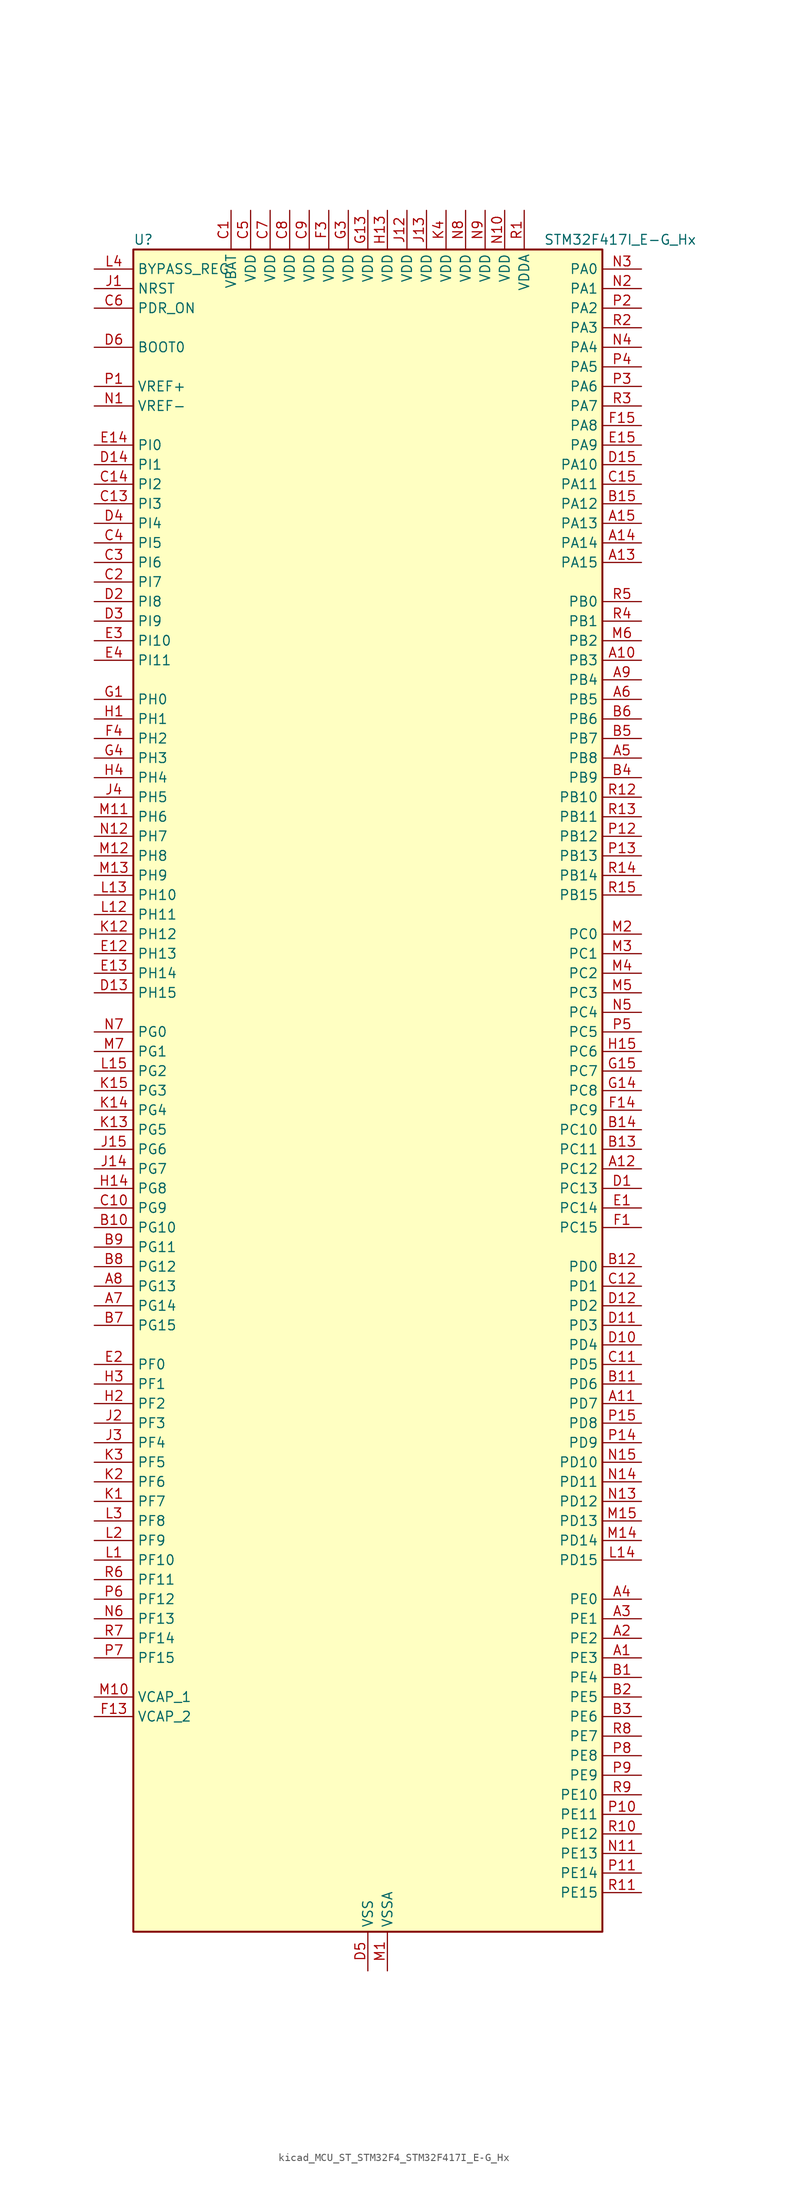
<source format=kicad_sym>
(kicad_symbol_lib
  (version 20220914)
  (generator kicad_symbol_editor)
  (symbol "kicad_MCU_ST_STM32F4_STM32F417I_E-G_Hx"
    (property "Reference" "U"
      (at -30.48 110.49 0)
      (effects (font (size 1.27 1.27)) (justify left)))
    (property "Value" "STM32F417I_E-G_Hx"
      (at 22.86 110.49 0)
      (effects (font (size 1.27 1.27)) (justify left)))
    (property "ki_locked" ""
      (at 0 0 0)
      (effects (font (size 1.27 1.27))))
    (symbol "kicad_MCU_ST_STM32F4_STM32F417I_E-G_Hx_0_1"
      (rectangle (start -30.48 -109.22) (end 30.48 109.22) (stroke (width 0.254) (type default)) (fill (type background))))
    (symbol "kicad_MCU_ST_STM32F4_STM32F417I_E-G_Hx_1_1"
      (pin bidirectional line (at 35.56 -73.66 180) (length 5.08) (name "PE3" (effects (font (size 1.27 1.27)))) (number "A1" (effects (font (size 1.27 1.27)))) (alternate "FSMC_A19" bidirectional line) (alternate "SYS_TRACED0" bidirectional line))
      (pin bidirectional line (at 35.56 55.88 180) (length 5.08) (name "PB3" (effects (font (size 1.27 1.27)))) (number "A10" (effects (font (size 1.27 1.27)))) (alternate "I2S3_CK" bidirectional line) (alternate "SPI1_SCK" bidirectional line) (alternate "SPI3_SCK" bidirectional line) (alternate "SYS_JTDO-SWO" bidirectional line) (alternate "TIM2_CH2" bidirectional line))
      (pin bidirectional line (at 35.56 -40.64 180) (length 5.08) (name "PD7" (effects (font (size 1.27 1.27)))) (number "A11" (effects (font (size 1.27 1.27)))) (alternate "FSMC_NCE2" bidirectional line) (alternate "FSMC_NE1" bidirectional line) (alternate "USART2_CK" bidirectional line))
      (pin bidirectional line (at 35.56 -10.16 180) (length 5.08) (name "PC12" (effects (font (size 1.27 1.27)))) (number "A12" (effects (font (size 1.27 1.27)))) (alternate "DCMI_D9" bidirectional line) (alternate "I2S3_SD" bidirectional line) (alternate "SDIO_CK" bidirectional line) (alternate "SPI3_MOSI" bidirectional line) (alternate "UART5_TX" bidirectional line) (alternate "USART3_CK" bidirectional line))
      (pin bidirectional line (at 35.56 68.58 180) (length 5.08) (name "PA15" (effects (font (size 1.27 1.27)))) (number "A13" (effects (font (size 1.27 1.27)))) (alternate "ADC1_EXTI15" bidirectional line) (alternate "ADC2_EXTI15" bidirectional line) (alternate "ADC3_EXTI15" bidirectional line) (alternate "I2S3_WS" bidirectional line) (alternate "SPI1_NSS" bidirectional line) (alternate "SPI3_NSS" bidirectional line) (alternate "SYS_JTDI" bidirectional line) (alternate "TIM2_CH1" bidirectional line) (alternate "TIM2_ETR" bidirectional line))
      (pin bidirectional line (at 35.56 71.12 180) (length 5.08) (name "PA14" (effects (font (size 1.27 1.27)))) (number "A14" (effects (font (size 1.27 1.27)))) (alternate "SYS_JTCK-SWCLK" bidirectional line))
      (pin bidirectional line (at 35.56 73.66 180) (length 5.08) (name "PA13" (effects (font (size 1.27 1.27)))) (number "A15" (effects (font (size 1.27 1.27)))) (alternate "SYS_JTMS-SWDIO" bidirectional line))
      (pin bidirectional line (at 35.56 -71.12 180) (length 5.08) (name "PE2" (effects (font (size 1.27 1.27)))) (number "A2" (effects (font (size 1.27 1.27)))) (alternate "ETH_TXD3" bidirectional line) (alternate "FSMC_A23" bidirectional line) (alternate "SYS_TRACECLK" bidirectional line))
      (pin bidirectional line (at 35.56 -68.58 180) (length 5.08) (name "PE1" (effects (font (size 1.27 1.27)))) (number "A3" (effects (font (size 1.27 1.27)))) (alternate "DCMI_D3" bidirectional line) (alternate "FSMC_NBL1" bidirectional line))
      (pin bidirectional line (at 35.56 -66.04 180) (length 5.08) (name "PE0" (effects (font (size 1.27 1.27)))) (number "A4" (effects (font (size 1.27 1.27)))) (alternate "DCMI_D2" bidirectional line) (alternate "FSMC_NBL0" bidirectional line) (alternate "TIM4_ETR" bidirectional line))
      (pin bidirectional line (at 35.56 43.18 180) (length 5.08) (name "PB8" (effects (font (size 1.27 1.27)))) (number "A5" (effects (font (size 1.27 1.27)))) (alternate "CAN1_RX" bidirectional line) (alternate "DCMI_D6" bidirectional line) (alternate "ETH_TXD3" bidirectional line) (alternate "I2C1_SCL" bidirectional line) (alternate "SDIO_D4" bidirectional line) (alternate "TIM10_CH1" bidirectional line) (alternate "TIM4_CH3" bidirectional line))
      (pin bidirectional line (at 35.56 50.8 180) (length 5.08) (name "PB5" (effects (font (size 1.27 1.27)))) (number "A6" (effects (font (size 1.27 1.27)))) (alternate "CAN2_RX" bidirectional line) (alternate "DCMI_D10" bidirectional line) (alternate "ETH_PPS_OUT" bidirectional line) (alternate "I2C1_SMBA" bidirectional line) (alternate "I2S3_SD" bidirectional line) (alternate "SPI1_MOSI" bidirectional line) (alternate "SPI3_MOSI" bidirectional line) (alternate "TIM3_CH2" bidirectional line) (alternate "USB_OTG_HS_ULPI_D7" bidirectional line))
      (pin bidirectional line (at -35.56 -27.94 0) (length 5.08) (name "PG14" (effects (font (size 1.27 1.27)))) (number "A7" (effects (font (size 1.27 1.27)))) (alternate "ETH_TXD1" bidirectional line) (alternate "FSMC_A25" bidirectional line) (alternate "USART6_TX" bidirectional line))
      (pin bidirectional line (at -35.56 -25.4 0) (length 5.08) (name "PG13" (effects (font (size 1.27 1.27)))) (number "A8" (effects (font (size 1.27 1.27)))) (alternate "ETH_TXD0" bidirectional line) (alternate "FSMC_A24" bidirectional line) (alternate "USART6_CTS" bidirectional line))
      (pin bidirectional line (at 35.56 53.34 180) (length 5.08) (name "PB4" (effects (font (size 1.27 1.27)))) (number "A9" (effects (font (size 1.27 1.27)))) (alternate "I2S3_ext_SD" bidirectional line) (alternate "SPI1_MISO" bidirectional line) (alternate "SPI3_MISO" bidirectional line) (alternate "SYS_JTRST" bidirectional line) (alternate "TIM3_CH1" bidirectional line))
      (pin bidirectional line (at 35.56 -76.2 180) (length 5.08) (name "PE4" (effects (font (size 1.27 1.27)))) (number "B1" (effects (font (size 1.27 1.27)))) (alternate "DCMI_D4" bidirectional line) (alternate "FSMC_A20" bidirectional line) (alternate "SYS_TRACED1" bidirectional line))
      (pin bidirectional line (at -35.56 -17.78 0) (length 5.08) (name "PG10" (effects (font (size 1.27 1.27)))) (number "B10" (effects (font (size 1.27 1.27)))) (alternate "FSMC_NCE4_1" bidirectional line) (alternate "FSMC_NE3" bidirectional line))
      (pin bidirectional line (at 35.56 -38.1 180) (length 5.08) (name "PD6" (effects (font (size 1.27 1.27)))) (number "B11" (effects (font (size 1.27 1.27)))) (alternate "FSMC_NWAIT" bidirectional line) (alternate "USART2_RX" bidirectional line))
      (pin bidirectional line (at 35.56 -22.86 180) (length 5.08) (name "PD0" (effects (font (size 1.27 1.27)))) (number "B12" (effects (font (size 1.27 1.27)))) (alternate "CAN1_RX" bidirectional line) (alternate "FSMC_D2" bidirectional line) (alternate "FSMC_DA2" bidirectional line))
      (pin bidirectional line (at 35.56 -7.62 180) (length 5.08) (name "PC11" (effects (font (size 1.27 1.27)))) (number "B13" (effects (font (size 1.27 1.27)))) (alternate "ADC1_EXTI11" bidirectional line) (alternate "ADC2_EXTI11" bidirectional line) (alternate "ADC3_EXTI11" bidirectional line) (alternate "DCMI_D4" bidirectional line) (alternate "I2S3_ext_SD" bidirectional line) (alternate "SDIO_D3" bidirectional line) (alternate "SPI3_MISO" bidirectional line) (alternate "UART4_RX" bidirectional line) (alternate "USART3_RX" bidirectional line))
      (pin bidirectional line (at 35.56 -5.08 180) (length 5.08) (name "PC10" (effects (font (size 1.27 1.27)))) (number "B14" (effects (font (size 1.27 1.27)))) (alternate "DCMI_D8" bidirectional line) (alternate "I2S3_CK" bidirectional line) (alternate "SDIO_D2" bidirectional line) (alternate "SPI3_SCK" bidirectional line) (alternate "UART4_TX" bidirectional line) (alternate "USART3_TX" bidirectional line))
      (pin bidirectional line (at 35.56 76.2 180) (length 5.08) (name "PA12" (effects (font (size 1.27 1.27)))) (number "B15" (effects (font (size 1.27 1.27)))) (alternate "CAN1_TX" bidirectional line) (alternate "TIM1_ETR" bidirectional line) (alternate "USART1_RTS" bidirectional line) (alternate "USB_OTG_FS_DP" bidirectional line))
      (pin bidirectional line (at 35.56 -78.74 180) (length 5.08) (name "PE5" (effects (font (size 1.27 1.27)))) (number "B2" (effects (font (size 1.27 1.27)))) (alternate "DCMI_D6" bidirectional line) (alternate "FSMC_A21" bidirectional line) (alternate "SYS_TRACED2" bidirectional line) (alternate "TIM9_CH1" bidirectional line))
      (pin bidirectional line (at 35.56 -81.28 180) (length 5.08) (name "PE6" (effects (font (size 1.27 1.27)))) (number "B3" (effects (font (size 1.27 1.27)))) (alternate "DCMI_D7" bidirectional line) (alternate "FSMC_A22" bidirectional line) (alternate "SYS_TRACED3" bidirectional line) (alternate "TIM9_CH2" bidirectional line))
      (pin bidirectional line (at 35.56 40.64 180) (length 5.08) (name "PB9" (effects (font (size 1.27 1.27)))) (number "B4" (effects (font (size 1.27 1.27)))) (alternate "CAN1_TX" bidirectional line) (alternate "DAC_EXTI9" bidirectional line) (alternate "DCMI_D7" bidirectional line) (alternate "I2C1_SDA" bidirectional line) (alternate "I2S2_WS" bidirectional line) (alternate "SDIO_D5" bidirectional line) (alternate "SPI2_NSS" bidirectional line) (alternate "TIM11_CH1" bidirectional line) (alternate "TIM4_CH4" bidirectional line))
      (pin bidirectional line (at 35.56 45.72 180) (length 5.08) (name "PB7" (effects (font (size 1.27 1.27)))) (number "B5" (effects (font (size 1.27 1.27)))) (alternate "DCMI_VSYNC" bidirectional line) (alternate "FSMC_NL" bidirectional line) (alternate "I2C1_SDA" bidirectional line) (alternate "TIM4_CH2" bidirectional line) (alternate "USART1_RX" bidirectional line))
      (pin bidirectional line (at 35.56 48.26 180) (length 5.08) (name "PB6" (effects (font (size 1.27 1.27)))) (number "B6" (effects (font (size 1.27 1.27)))) (alternate "CAN2_TX" bidirectional line) (alternate "DCMI_D5" bidirectional line) (alternate "I2C1_SCL" bidirectional line) (alternate "TIM4_CH1" bidirectional line) (alternate "USART1_TX" bidirectional line))
      (pin bidirectional line (at -35.56 -30.48 0) (length 5.08) (name "PG15" (effects (font (size 1.27 1.27)))) (number "B7" (effects (font (size 1.27 1.27)))) (alternate "ADC1_EXTI15" bidirectional line) (alternate "ADC2_EXTI15" bidirectional line) (alternate "ADC3_EXTI15" bidirectional line) (alternate "DCMI_D13" bidirectional line) (alternate "USART6_CTS" bidirectional line))
      (pin bidirectional line (at -35.56 -22.86 0) (length 5.08) (name "PG12" (effects (font (size 1.27 1.27)))) (number "B8" (effects (font (size 1.27 1.27)))) (alternate "FSMC_NE4" bidirectional line) (alternate "USART6_RTS" bidirectional line))
      (pin bidirectional line (at -35.56 -20.32 0) (length 5.08) (name "PG11" (effects (font (size 1.27 1.27)))) (number "B9" (effects (font (size 1.27 1.27)))) (alternate "ADC1_EXTI11" bidirectional line) (alternate "ADC2_EXTI11" bidirectional line) (alternate "ADC3_EXTI11" bidirectional line) (alternate "ETH_TX_EN" bidirectional line) (alternate "FSMC_NCE4_2" bidirectional line))
      (pin power_in line (at -17.78 114.3 270) (length 5.08) (name "VBAT" (effects (font (size 1.27 1.27)))) (number "C1" (effects (font (size 1.27 1.27)))))
      (pin bidirectional line (at -35.56 -15.24 0) (length 5.08) (name "PG9" (effects (font (size 1.27 1.27)))) (number "C10" (effects (font (size 1.27 1.27)))) (alternate "DAC_EXTI9" bidirectional line) (alternate "FSMC_NCE3" bidirectional line) (alternate "FSMC_NE2" bidirectional line) (alternate "USART6_RX" bidirectional line))
      (pin bidirectional line (at 35.56 -35.56 180) (length 5.08) (name "PD5" (effects (font (size 1.27 1.27)))) (number "C11" (effects (font (size 1.27 1.27)))) (alternate "FSMC_NWE" bidirectional line) (alternate "USART2_TX" bidirectional line))
      (pin bidirectional line (at 35.56 -25.4 180) (length 5.08) (name "PD1" (effects (font (size 1.27 1.27)))) (number "C12" (effects (font (size 1.27 1.27)))) (alternate "CAN1_TX" bidirectional line) (alternate "FSMC_D3" bidirectional line) (alternate "FSMC_DA3" bidirectional line))
      (pin bidirectional line (at -35.56 76.2 0) (length 5.08) (name "PI3" (effects (font (size 1.27 1.27)))) (number "C13" (effects (font (size 1.27 1.27)))) (alternate "DCMI_D10" bidirectional line) (alternate "I2S2_SD" bidirectional line) (alternate "SPI2_MOSI" bidirectional line) (alternate "TIM8_ETR" bidirectional line))
      (pin bidirectional line (at -35.56 78.74 0) (length 5.08) (name "PI2" (effects (font (size 1.27 1.27)))) (number "C14" (effects (font (size 1.27 1.27)))) (alternate "DCMI_D9" bidirectional line) (alternate "I2S2_ext_SD" bidirectional line) (alternate "SPI2_MISO" bidirectional line) (alternate "TIM8_CH4" bidirectional line))
      (pin bidirectional line (at 35.56 78.74 180) (length 5.08) (name "PA11" (effects (font (size 1.27 1.27)))) (number "C15" (effects (font (size 1.27 1.27)))) (alternate "ADC1_EXTI11" bidirectional line) (alternate "ADC2_EXTI11" bidirectional line) (alternate "ADC3_EXTI11" bidirectional line) (alternate "CAN1_RX" bidirectional line) (alternate "TIM1_CH4" bidirectional line) (alternate "USART1_CTS" bidirectional line) (alternate "USB_OTG_FS_DM" bidirectional line))
      (pin bidirectional line (at -35.56 66.04 0) (length 5.08) (name "PI7" (effects (font (size 1.27 1.27)))) (number "C2" (effects (font (size 1.27 1.27)))) (alternate "DCMI_D7" bidirectional line) (alternate "TIM8_CH3" bidirectional line))
      (pin bidirectional line (at -35.56 68.58 0) (length 5.08) (name "PI6" (effects (font (size 1.27 1.27)))) (number "C3" (effects (font (size 1.27 1.27)))) (alternate "DCMI_D6" bidirectional line) (alternate "TIM8_CH2" bidirectional line))
      (pin bidirectional line (at -35.56 71.12 0) (length 5.08) (name "PI5" (effects (font (size 1.27 1.27)))) (number "C4" (effects (font (size 1.27 1.27)))) (alternate "DCMI_VSYNC" bidirectional line) (alternate "TIM8_CH1" bidirectional line))
      (pin power_in line (at -15.24 114.3 270) (length 5.08) (name "VDD" (effects (font (size 1.27 1.27)))) (number "C5" (effects (font (size 1.27 1.27)))))
      (pin input line (at -35.56 101.6 0) (length 5.08) (name "PDR_ON" (effects (font (size 1.27 1.27)))) (number "C6" (effects (font (size 1.27 1.27)))))
      (pin power_in line (at -12.7 114.3 270) (length 5.08) (name "VDD" (effects (font (size 1.27 1.27)))) (number "C7" (effects (font (size 1.27 1.27)))))
      (pin power_in line (at -10.16 114.3 270) (length 5.08) (name "VDD" (effects (font (size 1.27 1.27)))) (number "C8" (effects (font (size 1.27 1.27)))))
      (pin power_in line (at -7.62 114.3 270) (length 5.08) (name "VDD" (effects (font (size 1.27 1.27)))) (number "C9" (effects (font (size 1.27 1.27)))))
      (pin bidirectional line (at 35.56 -12.7 180) (length 5.08) (name "PC13" (effects (font (size 1.27 1.27)))) (number "D1" (effects (font (size 1.27 1.27)))) (alternate "RTC_AF1" bidirectional line))
      (pin bidirectional line (at 35.56 -33.02 180) (length 5.08) (name "PD4" (effects (font (size 1.27 1.27)))) (number "D10" (effects (font (size 1.27 1.27)))) (alternate "FSMC_NOE" bidirectional line) (alternate "USART2_RTS" bidirectional line))
      (pin bidirectional line (at 35.56 -30.48 180) (length 5.08) (name "PD3" (effects (font (size 1.27 1.27)))) (number "D11" (effects (font (size 1.27 1.27)))) (alternate "FSMC_CLK" bidirectional line) (alternate "USART2_CTS" bidirectional line))
      (pin bidirectional line (at 35.56 -27.94 180) (length 5.08) (name "PD2" (effects (font (size 1.27 1.27)))) (number "D12" (effects (font (size 1.27 1.27)))) (alternate "DCMI_D11" bidirectional line) (alternate "SDIO_CMD" bidirectional line) (alternate "TIM3_ETR" bidirectional line) (alternate "UART5_RX" bidirectional line))
      (pin bidirectional line (at -35.56 12.7 0) (length 5.08) (name "PH15" (effects (font (size 1.27 1.27)))) (number "D13" (effects (font (size 1.27 1.27)))) (alternate "ADC1_EXTI15" bidirectional line) (alternate "ADC2_EXTI15" bidirectional line) (alternate "ADC3_EXTI15" bidirectional line) (alternate "DCMI_D11" bidirectional line) (alternate "TIM8_CH3N" bidirectional line))
      (pin bidirectional line (at -35.56 81.28 0) (length 5.08) (name "PI1" (effects (font (size 1.27 1.27)))) (number "D14" (effects (font (size 1.27 1.27)))) (alternate "DCMI_D8" bidirectional line) (alternate "I2S2_CK" bidirectional line) (alternate "SPI2_SCK" bidirectional line))
      (pin bidirectional line (at 35.56 81.28 180) (length 5.08) (name "PA10" (effects (font (size 1.27 1.27)))) (number "D15" (effects (font (size 1.27 1.27)))) (alternate "DCMI_D1" bidirectional line) (alternate "TIM1_CH3" bidirectional line) (alternate "USART1_RX" bidirectional line) (alternate "USB_OTG_FS_ID" bidirectional line))
      (pin bidirectional line (at -35.56 63.5 0) (length 5.08) (name "PI8" (effects (font (size 1.27 1.27)))) (number "D2" (effects (font (size 1.27 1.27)))) (alternate "RTC_AF2" bidirectional line))
      (pin bidirectional line (at -35.56 60.96 0) (length 5.08) (name "PI9" (effects (font (size 1.27 1.27)))) (number "D3" (effects (font (size 1.27 1.27)))) (alternate "CAN1_RX" bidirectional line) (alternate "DAC_EXTI9" bidirectional line))
      (pin bidirectional line (at -35.56 73.66 0) (length 5.08) (name "PI4" (effects (font (size 1.27 1.27)))) (number "D4" (effects (font (size 1.27 1.27)))) (alternate "DCMI_D5" bidirectional line) (alternate "TIM8_BKIN" bidirectional line))
      (pin power_in line (at 0 -114.3 90) (length 5.08) (name "VSS" (effects (font (size 1.27 1.27)))) (number "D5" (effects (font (size 1.27 1.27)))))
      (pin input line (at -35.56 96.52 0) (length 5.08) (name "BOOT0" (effects (font (size 1.27 1.27)))) (number "D6" (effects (font (size 1.27 1.27)))))
      (pin passive line (at 0 -114.3 90) (length 5.08) hide (name "VSS" (effects (font (size 1.27 1.27)))) (number "D7" (effects (font (size 1.27 1.27)))))
      (pin passive line (at 0 -114.3 90) (length 5.08) hide (name "VSS" (effects (font (size 1.27 1.27)))) (number "D8" (effects (font (size 1.27 1.27)))))
      (pin passive line (at 0 -114.3 90) (length 5.08) hide (name "VSS" (effects (font (size 1.27 1.27)))) (number "D9" (effects (font (size 1.27 1.27)))))
      (pin bidirectional line (at 35.56 -15.24 180) (length 5.08) (name "PC14" (effects (font (size 1.27 1.27)))) (number "E1" (effects (font (size 1.27 1.27)))) (alternate "RCC_OSC32_IN" bidirectional line))
      (pin bidirectional line (at -35.56 17.78 0) (length 5.08) (name "PH13" (effects (font (size 1.27 1.27)))) (number "E12" (effects (font (size 1.27 1.27)))) (alternate "CAN1_TX" bidirectional line) (alternate "TIM8_CH1N" bidirectional line))
      (pin bidirectional line (at -35.56 15.24 0) (length 5.08) (name "PH14" (effects (font (size 1.27 1.27)))) (number "E13" (effects (font (size 1.27 1.27)))) (alternate "DCMI_D4" bidirectional line) (alternate "TIM8_CH2N" bidirectional line))
      (pin bidirectional line (at -35.56 83.82 0) (length 5.08) (name "PI0" (effects (font (size 1.27 1.27)))) (number "E14" (effects (font (size 1.27 1.27)))) (alternate "DCMI_D13" bidirectional line) (alternate "I2S2_WS" bidirectional line) (alternate "SPI2_NSS" bidirectional line) (alternate "TIM5_CH4" bidirectional line))
      (pin bidirectional line (at 35.56 83.82 180) (length 5.08) (name "PA9" (effects (font (size 1.27 1.27)))) (number "E15" (effects (font (size 1.27 1.27)))) (alternate "DAC_EXTI9" bidirectional line) (alternate "DCMI_D0" bidirectional line) (alternate "I2C3_SMBA" bidirectional line) (alternate "TIM1_CH2" bidirectional line) (alternate "USART1_TX" bidirectional line) (alternate "USB_OTG_FS_VBUS" bidirectional line))
      (pin bidirectional line (at -35.56 -35.56 0) (length 5.08) (name "PF0" (effects (font (size 1.27 1.27)))) (number "E2" (effects (font (size 1.27 1.27)))) (alternate "FSMC_A0" bidirectional line) (alternate "I2C2_SDA" bidirectional line))
      (pin bidirectional line (at -35.56 58.42 0) (length 5.08) (name "PI10" (effects (font (size 1.27 1.27)))) (number "E3" (effects (font (size 1.27 1.27)))) (alternate "ETH_RX_ER" bidirectional line))
      (pin bidirectional line (at -35.56 55.88 0) (length 5.08) (name "PI11" (effects (font (size 1.27 1.27)))) (number "E4" (effects (font (size 1.27 1.27)))) (alternate "ADC1_EXTI11" bidirectional line) (alternate "ADC2_EXTI11" bidirectional line) (alternate "ADC3_EXTI11" bidirectional line) (alternate "USB_OTG_HS_ULPI_DIR" bidirectional line))
      (pin bidirectional line (at 35.56 -17.78 180) (length 5.08) (name "PC15" (effects (font (size 1.27 1.27)))) (number "F1" (effects (font (size 1.27 1.27)))) (alternate "ADC1_EXTI15" bidirectional line) (alternate "ADC2_EXTI15" bidirectional line) (alternate "ADC3_EXTI15" bidirectional line) (alternate "RCC_OSC32_OUT" bidirectional line))
      (pin passive line (at 0 -114.3 90) (length 5.08) hide (name "VSS" (effects (font (size 1.27 1.27)))) (number "F10" (effects (font (size 1.27 1.27)))))
      (pin passive line (at 0 -114.3 90) (length 5.08) hide (name "VSS" (effects (font (size 1.27 1.27)))) (number "F12" (effects (font (size 1.27 1.27)))))
      (pin power_out line (at -35.56 -81.28 0) (length 5.08) (name "VCAP_2" (effects (font (size 1.27 1.27)))) (number "F13" (effects (font (size 1.27 1.27)))))
      (pin bidirectional line (at 35.56 -2.54 180) (length 5.08) (name "PC9" (effects (font (size 1.27 1.27)))) (number "F14" (effects (font (size 1.27 1.27)))) (alternate "DAC_EXTI9" bidirectional line) (alternate "DCMI_D3" bidirectional line) (alternate "I2C3_SDA" bidirectional line) (alternate "I2S_CKIN" bidirectional line) (alternate "RCC_MCO_2" bidirectional line) (alternate "SDIO_D1" bidirectional line) (alternate "TIM3_CH4" bidirectional line) (alternate "TIM8_CH4" bidirectional line))
      (pin bidirectional line (at 35.56 86.36 180) (length 5.08) (name "PA8" (effects (font (size 1.27 1.27)))) (number "F15" (effects (font (size 1.27 1.27)))) (alternate "I2C3_SCL" bidirectional line) (alternate "RCC_MCO_1" bidirectional line) (alternate "TIM1_CH1" bidirectional line) (alternate "USART1_CK" bidirectional line) (alternate "USB_OTG_FS_SOF" bidirectional line))
      (pin passive line (at 0 -114.3 90) (length 5.08) hide (name "VSS" (effects (font (size 1.27 1.27)))) (number "F2" (effects (font (size 1.27 1.27)))))
      (pin power_in line (at -5.08 114.3 270) (length 5.08) (name "VDD" (effects (font (size 1.27 1.27)))) (number "F3" (effects (font (size 1.27 1.27)))))
      (pin bidirectional line (at -35.56 45.72 0) (length 5.08) (name "PH2" (effects (font (size 1.27 1.27)))) (number "F4" (effects (font (size 1.27 1.27)))) (alternate "ETH_CRS" bidirectional line))
      (pin passive line (at 0 -114.3 90) (length 5.08) hide (name "VSS" (effects (font (size 1.27 1.27)))) (number "F6" (effects (font (size 1.27 1.27)))))
      (pin passive line (at 0 -114.3 90) (length 5.08) hide (name "VSS" (effects (font (size 1.27 1.27)))) (number "F7" (effects (font (size 1.27 1.27)))))
      (pin passive line (at 0 -114.3 90) (length 5.08) hide (name "VSS" (effects (font (size 1.27 1.27)))) (number "F8" (effects (font (size 1.27 1.27)))))
      (pin passive line (at 0 -114.3 90) (length 5.08) hide (name "VSS" (effects (font (size 1.27 1.27)))) (number "F9" (effects (font (size 1.27 1.27)))))
      (pin bidirectional line (at -35.56 50.8 0) (length 5.08) (name "PH0" (effects (font (size 1.27 1.27)))) (number "G1" (effects (font (size 1.27 1.27)))) (alternate "RCC_OSC_IN" bidirectional line))
      (pin passive line (at 0 -114.3 90) (length 5.08) hide (name "VSS" (effects (font (size 1.27 1.27)))) (number "G10" (effects (font (size 1.27 1.27)))))
      (pin passive line (at 0 -114.3 90) (length 5.08) hide (name "VSS" (effects (font (size 1.27 1.27)))) (number "G12" (effects (font (size 1.27 1.27)))))
      (pin power_in line (at 0 114.3 270) (length 5.08) (name "VDD" (effects (font (size 1.27 1.27)))) (number "G13" (effects (font (size 1.27 1.27)))))
      (pin bidirectional line (at 35.56 0 180) (length 5.08) (name "PC8" (effects (font (size 1.27 1.27)))) (number "G14" (effects (font (size 1.27 1.27)))) (alternate "DCMI_D2" bidirectional line) (alternate "SDIO_D0" bidirectional line) (alternate "TIM3_CH3" bidirectional line) (alternate "TIM8_CH3" bidirectional line) (alternate "USART6_CK" bidirectional line))
      (pin bidirectional line (at 35.56 2.54 180) (length 5.08) (name "PC7" (effects (font (size 1.27 1.27)))) (number "G15" (effects (font (size 1.27 1.27)))) (alternate "DCMI_D1" bidirectional line) (alternate "I2S3_MCK" bidirectional line) (alternate "SDIO_D7" bidirectional line) (alternate "TIM3_CH2" bidirectional line) (alternate "TIM8_CH2" bidirectional line) (alternate "USART6_RX" bidirectional line))
      (pin passive line (at 0 -114.3 90) (length 5.08) hide (name "VSS" (effects (font (size 1.27 1.27)))) (number "G2" (effects (font (size 1.27 1.27)))))
      (pin power_in line (at -2.54 114.3 270) (length 5.08) (name "VDD" (effects (font (size 1.27 1.27)))) (number "G3" (effects (font (size 1.27 1.27)))))
      (pin bidirectional line (at -35.56 43.18 0) (length 5.08) (name "PH3" (effects (font (size 1.27 1.27)))) (number "G4" (effects (font (size 1.27 1.27)))) (alternate "ETH_COL" bidirectional line))
      (pin passive line (at 0 -114.3 90) (length 5.08) hide (name "VSS" (effects (font (size 1.27 1.27)))) (number "G6" (effects (font (size 1.27 1.27)))))
      (pin passive line (at 0 -114.3 90) (length 5.08) hide (name "VSS" (effects (font (size 1.27 1.27)))) (number "G7" (effects (font (size 1.27 1.27)))))
      (pin passive line (at 0 -114.3 90) (length 5.08) hide (name "VSS" (effects (font (size 1.27 1.27)))) (number "G8" (effects (font (size 1.27 1.27)))))
      (pin passive line (at 0 -114.3 90) (length 5.08) hide (name "VSS" (effects (font (size 1.27 1.27)))) (number "G9" (effects (font (size 1.27 1.27)))))
      (pin bidirectional line (at -35.56 48.26 0) (length 5.08) (name "PH1" (effects (font (size 1.27 1.27)))) (number "H1" (effects (font (size 1.27 1.27)))) (alternate "RCC_OSC_OUT" bidirectional line))
      (pin passive line (at 0 -114.3 90) (length 5.08) hide (name "VSS" (effects (font (size 1.27 1.27)))) (number "H10" (effects (font (size 1.27 1.27)))))
      (pin passive line (at 0 -114.3 90) (length 5.08) hide (name "VSS" (effects (font (size 1.27 1.27)))) (number "H12" (effects (font (size 1.27 1.27)))))
      (pin power_in line (at 2.54 114.3 270) (length 5.08) (name "VDD" (effects (font (size 1.27 1.27)))) (number "H13" (effects (font (size 1.27 1.27)))))
      (pin bidirectional line (at -35.56 -12.7 0) (length 5.08) (name "PG8" (effects (font (size 1.27 1.27)))) (number "H14" (effects (font (size 1.27 1.27)))) (alternate "ETH_PPS_OUT" bidirectional line) (alternate "USART6_RTS" bidirectional line))
      (pin bidirectional line (at 35.56 5.08 180) (length 5.08) (name "PC6" (effects (font (size 1.27 1.27)))) (number "H15" (effects (font (size 1.27 1.27)))) (alternate "DCMI_D0" bidirectional line) (alternate "I2S2_MCK" bidirectional line) (alternate "SDIO_D6" bidirectional line) (alternate "TIM3_CH1" bidirectional line) (alternate "TIM8_CH1" bidirectional line) (alternate "USART6_TX" bidirectional line))
      (pin bidirectional line (at -35.56 -40.64 0) (length 5.08) (name "PF2" (effects (font (size 1.27 1.27)))) (number "H2" (effects (font (size 1.27 1.27)))) (alternate "FSMC_A2" bidirectional line) (alternate "I2C2_SMBA" bidirectional line))
      (pin bidirectional line (at -35.56 -38.1 0) (length 5.08) (name "PF1" (effects (font (size 1.27 1.27)))) (number "H3" (effects (font (size 1.27 1.27)))) (alternate "FSMC_A1" bidirectional line) (alternate "I2C2_SCL" bidirectional line))
      (pin bidirectional line (at -35.56 40.64 0) (length 5.08) (name "PH4" (effects (font (size 1.27 1.27)))) (number "H4" (effects (font (size 1.27 1.27)))) (alternate "I2C2_SCL" bidirectional line) (alternate "USB_OTG_HS_ULPI_NXT" bidirectional line))
      (pin passive line (at 0 -114.3 90) (length 5.08) hide (name "VSS" (effects (font (size 1.27 1.27)))) (number "H6" (effects (font (size 1.27 1.27)))))
      (pin passive line (at 0 -114.3 90) (length 5.08) hide (name "VSS" (effects (font (size 1.27 1.27)))) (number "H7" (effects (font (size 1.27 1.27)))))
      (pin passive line (at 0 -114.3 90) (length 5.08) hide (name "VSS" (effects (font (size 1.27 1.27)))) (number "H8" (effects (font (size 1.27 1.27)))))
      (pin passive line (at 0 -114.3 90) (length 5.08) hide (name "VSS" (effects (font (size 1.27 1.27)))) (number "H9" (effects (font (size 1.27 1.27)))))
      (pin input line (at -35.56 104.14 0) (length 5.08) (name "NRST" (effects (font (size 1.27 1.27)))) (number "J1" (effects (font (size 1.27 1.27)))))
      (pin passive line (at 0 -114.3 90) (length 5.08) hide (name "VSS" (effects (font (size 1.27 1.27)))) (number "J10" (effects (font (size 1.27 1.27)))))
      (pin power_in line (at 5.08 114.3 270) (length 5.08) (name "VDD" (effects (font (size 1.27 1.27)))) (number "J12" (effects (font (size 1.27 1.27)))))
      (pin power_in line (at 7.62 114.3 270) (length 5.08) (name "VDD" (effects (font (size 1.27 1.27)))) (number "J13" (effects (font (size 1.27 1.27)))))
      (pin bidirectional line (at -35.56 -10.16 0) (length 5.08) (name "PG7" (effects (font (size 1.27 1.27)))) (number "J14" (effects (font (size 1.27 1.27)))) (alternate "FSMC_INT3" bidirectional line) (alternate "USART6_CK" bidirectional line))
      (pin bidirectional line (at -35.56 -7.62 0) (length 5.08) (name "PG6" (effects (font (size 1.27 1.27)))) (number "J15" (effects (font (size 1.27 1.27)))) (alternate "FSMC_INT2" bidirectional line))
      (pin bidirectional line (at -35.56 -43.18 0) (length 5.08) (name "PF3" (effects (font (size 1.27 1.27)))) (number "J2" (effects (font (size 1.27 1.27)))) (alternate "ADC3_IN9" bidirectional line) (alternate "FSMC_A3" bidirectional line))
      (pin bidirectional line (at -35.56 -45.72 0) (length 5.08) (name "PF4" (effects (font (size 1.27 1.27)))) (number "J3" (effects (font (size 1.27 1.27)))) (alternate "ADC3_IN14" bidirectional line) (alternate "FSMC_A4" bidirectional line))
      (pin bidirectional line (at -35.56 38.1 0) (length 5.08) (name "PH5" (effects (font (size 1.27 1.27)))) (number "J4" (effects (font (size 1.27 1.27)))) (alternate "I2C2_SDA" bidirectional line))
      (pin passive line (at 0 -114.3 90) (length 5.08) hide (name "VSS" (effects (font (size 1.27 1.27)))) (number "J6" (effects (font (size 1.27 1.27)))))
      (pin passive line (at 0 -114.3 90) (length 5.08) hide (name "VSS" (effects (font (size 1.27 1.27)))) (number "J7" (effects (font (size 1.27 1.27)))))
      (pin passive line (at 0 -114.3 90) (length 5.08) hide (name "VSS" (effects (font (size 1.27 1.27)))) (number "J8" (effects (font (size 1.27 1.27)))))
      (pin passive line (at 0 -114.3 90) (length 5.08) hide (name "VSS" (effects (font (size 1.27 1.27)))) (number "J9" (effects (font (size 1.27 1.27)))))
      (pin bidirectional line (at -35.56 -53.34 0) (length 5.08) (name "PF7" (effects (font (size 1.27 1.27)))) (number "K1" (effects (font (size 1.27 1.27)))) (alternate "ADC3_IN5" bidirectional line) (alternate "FSMC_NREG" bidirectional line) (alternate "TIM11_CH1" bidirectional line))
      (pin passive line (at 0 -114.3 90) (length 5.08) hide (name "VSS" (effects (font (size 1.27 1.27)))) (number "K10" (effects (font (size 1.27 1.27)))))
      (pin bidirectional line (at -35.56 20.32 0) (length 5.08) (name "PH12" (effects (font (size 1.27 1.27)))) (number "K12" (effects (font (size 1.27 1.27)))) (alternate "DCMI_D3" bidirectional line) (alternate "TIM5_CH3" bidirectional line))
      (pin bidirectional line (at -35.56 -5.08 0) (length 5.08) (name "PG5" (effects (font (size 1.27 1.27)))) (number "K13" (effects (font (size 1.27 1.27)))) (alternate "FSMC_A15" bidirectional line))
      (pin bidirectional line (at -35.56 -2.54 0) (length 5.08) (name "PG4" (effects (font (size 1.27 1.27)))) (number "K14" (effects (font (size 1.27 1.27)))) (alternate "FSMC_A14" bidirectional line))
      (pin bidirectional line (at -35.56 0 0) (length 5.08) (name "PG3" (effects (font (size 1.27 1.27)))) (number "K15" (effects (font (size 1.27 1.27)))) (alternate "FSMC_A13" bidirectional line))
      (pin bidirectional line (at -35.56 -50.8 0) (length 5.08) (name "PF6" (effects (font (size 1.27 1.27)))) (number "K2" (effects (font (size 1.27 1.27)))) (alternate "ADC3_IN4" bidirectional line) (alternate "FSMC_NIORD" bidirectional line) (alternate "TIM10_CH1" bidirectional line))
      (pin bidirectional line (at -35.56 -48.26 0) (length 5.08) (name "PF5" (effects (font (size 1.27 1.27)))) (number "K3" (effects (font (size 1.27 1.27)))) (alternate "ADC3_IN15" bidirectional line) (alternate "FSMC_A5" bidirectional line))
      (pin power_in line (at 10.16 114.3 270) (length 5.08) (name "VDD" (effects (font (size 1.27 1.27)))) (number "K4" (effects (font (size 1.27 1.27)))))
      (pin passive line (at 0 -114.3 90) (length 5.08) hide (name "VSS" (effects (font (size 1.27 1.27)))) (number "K6" (effects (font (size 1.27 1.27)))))
      (pin passive line (at 0 -114.3 90) (length 5.08) hide (name "VSS" (effects (font (size 1.27 1.27)))) (number "K7" (effects (font (size 1.27 1.27)))))
      (pin passive line (at 0 -114.3 90) (length 5.08) hide (name "VSS" (effects (font (size 1.27 1.27)))) (number "K8" (effects (font (size 1.27 1.27)))))
      (pin passive line (at 0 -114.3 90) (length 5.08) hide (name "VSS" (effects (font (size 1.27 1.27)))) (number "K9" (effects (font (size 1.27 1.27)))))
      (pin bidirectional line (at -35.56 -60.96 0) (length 5.08) (name "PF10" (effects (font (size 1.27 1.27)))) (number "L1" (effects (font (size 1.27 1.27)))) (alternate "ADC3_IN8" bidirectional line) (alternate "FSMC_INTR" bidirectional line))
      (pin bidirectional line (at -35.56 22.86 0) (length 5.08) (name "PH11" (effects (font (size 1.27 1.27)))) (number "L12" (effects (font (size 1.27 1.27)))) (alternate "ADC1_EXTI11" bidirectional line) (alternate "ADC2_EXTI11" bidirectional line) (alternate "ADC3_EXTI11" bidirectional line) (alternate "DCMI_D2" bidirectional line) (alternate "TIM5_CH2" bidirectional line))
      (pin bidirectional line (at -35.56 25.4 0) (length 5.08) (name "PH10" (effects (font (size 1.27 1.27)))) (number "L13" (effects (font (size 1.27 1.27)))) (alternate "DCMI_D1" bidirectional line) (alternate "TIM5_CH1" bidirectional line))
      (pin bidirectional line (at 35.56 -60.96 180) (length 5.08) (name "PD15" (effects (font (size 1.27 1.27)))) (number "L14" (effects (font (size 1.27 1.27)))) (alternate "ADC1_EXTI15" bidirectional line) (alternate "ADC2_EXTI15" bidirectional line) (alternate "ADC3_EXTI15" bidirectional line) (alternate "FSMC_D1" bidirectional line) (alternate "FSMC_DA1" bidirectional line) (alternate "TIM4_CH4" bidirectional line))
      (pin bidirectional line (at -35.56 2.54 0) (length 5.08) (name "PG2" (effects (font (size 1.27 1.27)))) (number "L15" (effects (font (size 1.27 1.27)))) (alternate "FSMC_A12" bidirectional line))
      (pin bidirectional line (at -35.56 -58.42 0) (length 5.08) (name "PF9" (effects (font (size 1.27 1.27)))) (number "L2" (effects (font (size 1.27 1.27)))) (alternate "ADC3_IN7" bidirectional line) (alternate "DAC_EXTI9" bidirectional line) (alternate "FSMC_CD" bidirectional line) (alternate "TIM14_CH1" bidirectional line))
      (pin bidirectional line (at -35.56 -55.88 0) (length 5.08) (name "PF8" (effects (font (size 1.27 1.27)))) (number "L3" (effects (font (size 1.27 1.27)))) (alternate "ADC3_IN6" bidirectional line) (alternate "FSMC_NIOWR" bidirectional line) (alternate "TIM13_CH1" bidirectional line))
      (pin input line (at -35.56 106.68 0) (length 5.08) (name "BYPASS_REG" (effects (font (size 1.27 1.27)))) (number "L4" (effects (font (size 1.27 1.27)))))
      (pin power_in line (at 2.54 -114.3 90) (length 5.08) (name "VSSA" (effects (font (size 1.27 1.27)))) (number "M1" (effects (font (size 1.27 1.27)))))
      (pin power_out line (at -35.56 -78.74 0) (length 5.08) (name "VCAP_1" (effects (font (size 1.27 1.27)))) (number "M10" (effects (font (size 1.27 1.27)))))
      (pin bidirectional line (at -35.56 35.56 0) (length 5.08) (name "PH6" (effects (font (size 1.27 1.27)))) (number "M11" (effects (font (size 1.27 1.27)))) (alternate "ETH_RXD2" bidirectional line) (alternate "I2C2_SMBA" bidirectional line) (alternate "TIM12_CH1" bidirectional line))
      (pin bidirectional line (at -35.56 30.48 0) (length 5.08) (name "PH8" (effects (font (size 1.27 1.27)))) (number "M12" (effects (font (size 1.27 1.27)))) (alternate "DCMI_HSYNC" bidirectional line) (alternate "I2C3_SDA" bidirectional line))
      (pin bidirectional line (at -35.56 27.94 0) (length 5.08) (name "PH9" (effects (font (size 1.27 1.27)))) (number "M13" (effects (font (size 1.27 1.27)))) (alternate "DAC_EXTI9" bidirectional line) (alternate "DCMI_D0" bidirectional line) (alternate "I2C3_SMBA" bidirectional line) (alternate "TIM12_CH2" bidirectional line))
      (pin bidirectional line (at 35.56 -58.42 180) (length 5.08) (name "PD14" (effects (font (size 1.27 1.27)))) (number "M14" (effects (font (size 1.27 1.27)))) (alternate "FSMC_D0" bidirectional line) (alternate "FSMC_DA0" bidirectional line) (alternate "TIM4_CH3" bidirectional line))
      (pin bidirectional line (at 35.56 -55.88 180) (length 5.08) (name "PD13" (effects (font (size 1.27 1.27)))) (number "M15" (effects (font (size 1.27 1.27)))) (alternate "FSMC_A18" bidirectional line) (alternate "TIM4_CH2" bidirectional line))
      (pin bidirectional line (at 35.56 20.32 180) (length 5.08) (name "PC0" (effects (font (size 1.27 1.27)))) (number "M2" (effects (font (size 1.27 1.27)))) (alternate "ADC1_IN10" bidirectional line) (alternate "ADC2_IN10" bidirectional line) (alternate "ADC3_IN10" bidirectional line) (alternate "USB_OTG_HS_ULPI_STP" bidirectional line))
      (pin bidirectional line (at 35.56 17.78 180) (length 5.08) (name "PC1" (effects (font (size 1.27 1.27)))) (number "M3" (effects (font (size 1.27 1.27)))) (alternate "ADC1_IN11" bidirectional line) (alternate "ADC2_IN11" bidirectional line) (alternate "ADC3_IN11" bidirectional line) (alternate "ETH_MDC" bidirectional line))
      (pin bidirectional line (at 35.56 15.24 180) (length 5.08) (name "PC2" (effects (font (size 1.27 1.27)))) (number "M4" (effects (font (size 1.27 1.27)))) (alternate "ADC1_IN12" bidirectional line) (alternate "ADC2_IN12" bidirectional line) (alternate "ADC3_IN12" bidirectional line) (alternate "ETH_TXD2" bidirectional line) (alternate "I2S2_ext_SD" bidirectional line) (alternate "SPI2_MISO" bidirectional line) (alternate "USB_OTG_HS_ULPI_DIR" bidirectional line))
      (pin bidirectional line (at 35.56 12.7 180) (length 5.08) (name "PC3" (effects (font (size 1.27 1.27)))) (number "M5" (effects (font (size 1.27 1.27)))) (alternate "ADC1_IN13" bidirectional line) (alternate "ADC2_IN13" bidirectional line) (alternate "ADC3_IN13" bidirectional line) (alternate "ETH_TX_CLK" bidirectional line) (alternate "I2S2_SD" bidirectional line) (alternate "SPI2_MOSI" bidirectional line) (alternate "USB_OTG_HS_ULPI_NXT" bidirectional line))
      (pin bidirectional line (at 35.56 58.42 180) (length 5.08) (name "PB2" (effects (font (size 1.27 1.27)))) (number "M6" (effects (font (size 1.27 1.27)))))
      (pin bidirectional line (at -35.56 5.08 0) (length 5.08) (name "PG1" (effects (font (size 1.27 1.27)))) (number "M7" (effects (font (size 1.27 1.27)))) (alternate "FSMC_A11" bidirectional line))
      (pin passive line (at 0 -114.3 90) (length 5.08) hide (name "VSS" (effects (font (size 1.27 1.27)))) (number "M8" (effects (font (size 1.27 1.27)))))
      (pin passive line (at 0 -114.3 90) (length 5.08) hide (name "VSS" (effects (font (size 1.27 1.27)))) (number "M9" (effects (font (size 1.27 1.27)))))
      (pin input line (at -35.56 88.9 0) (length 5.08) (name "VREF-" (effects (font (size 1.27 1.27)))) (number "N1" (effects (font (size 1.27 1.27)))))
      (pin power_in line (at 17.78 114.3 270) (length 5.08) (name "VDD" (effects (font (size 1.27 1.27)))) (number "N10" (effects (font (size 1.27 1.27)))))
      (pin bidirectional line (at 35.56 -99.06 180) (length 5.08) (name "PE13" (effects (font (size 1.27 1.27)))) (number "N11" (effects (font (size 1.27 1.27)))) (alternate "FSMC_D10" bidirectional line) (alternate "FSMC_DA10" bidirectional line) (alternate "TIM1_CH3" bidirectional line))
      (pin bidirectional line (at -35.56 33.02 0) (length 5.08) (name "PH7" (effects (font (size 1.27 1.27)))) (number "N12" (effects (font (size 1.27 1.27)))) (alternate "ETH_RXD3" bidirectional line) (alternate "I2C3_SCL" bidirectional line))
      (pin bidirectional line (at 35.56 -53.34 180) (length 5.08) (name "PD12" (effects (font (size 1.27 1.27)))) (number "N13" (effects (font (size 1.27 1.27)))) (alternate "FSMC_A17" bidirectional line) (alternate "FSMC_ALE" bidirectional line) (alternate "TIM4_CH1" bidirectional line) (alternate "USART3_RTS" bidirectional line))
      (pin bidirectional line (at 35.56 -50.8 180) (length 5.08) (name "PD11" (effects (font (size 1.27 1.27)))) (number "N14" (effects (font (size 1.27 1.27)))) (alternate "ADC1_EXTI11" bidirectional line) (alternate "ADC2_EXTI11" bidirectional line) (alternate "ADC3_EXTI11" bidirectional line) (alternate "FSMC_A16" bidirectional line) (alternate "FSMC_CLE" bidirectional line) (alternate "USART3_CTS" bidirectional line))
      (pin bidirectional line (at 35.56 -48.26 180) (length 5.08) (name "PD10" (effects (font (size 1.27 1.27)))) (number "N15" (effects (font (size 1.27 1.27)))) (alternate "FSMC_D15" bidirectional line) (alternate "FSMC_DA15" bidirectional line) (alternate "USART3_CK" bidirectional line))
      (pin bidirectional line (at 35.56 104.14 180) (length 5.08) (name "PA1" (effects (font (size 1.27 1.27)))) (number "N2" (effects (font (size 1.27 1.27)))) (alternate "ADC1_IN1" bidirectional line) (alternate "ADC2_IN1" bidirectional line) (alternate "ADC3_IN1" bidirectional line) (alternate "ETH_REF_CLK" bidirectional line) (alternate "ETH_RX_CLK" bidirectional line) (alternate "TIM2_CH2" bidirectional line) (alternate "TIM5_CH2" bidirectional line) (alternate "UART4_RX" bidirectional line) (alternate "USART2_RTS" bidirectional line))
      (pin bidirectional line (at 35.56 106.68 180) (length 5.08) (name "PA0" (effects (font (size 1.27 1.27)))) (number "N3" (effects (font (size 1.27 1.27)))) (alternate "ADC1_IN0" bidirectional line) (alternate "ADC2_IN0" bidirectional line) (alternate "ADC3_IN0" bidirectional line) (alternate "ETH_CRS" bidirectional line) (alternate "SYS_WKUP" bidirectional line) (alternate "TIM2_CH1" bidirectional line) (alternate "TIM2_ETR" bidirectional line) (alternate "TIM5_CH1" bidirectional line) (alternate "TIM8_ETR" bidirectional line) (alternate "UART4_TX" bidirectional line) (alternate "USART2_CTS" bidirectional line))
      (pin bidirectional line (at 35.56 96.52 180) (length 5.08) (name "PA4" (effects (font (size 1.27 1.27)))) (number "N4" (effects (font (size 1.27 1.27)))) (alternate "ADC1_IN4" bidirectional line) (alternate "ADC2_IN4" bidirectional line) (alternate "DAC_OUT1" bidirectional line) (alternate "DCMI_HSYNC" bidirectional line) (alternate "I2S3_WS" bidirectional line) (alternate "SPI1_NSS" bidirectional line) (alternate "SPI3_NSS" bidirectional line) (alternate "USART2_CK" bidirectional line) (alternate "USB_OTG_HS_SOF" bidirectional line))
      (pin bidirectional line (at 35.56 10.16 180) (length 5.08) (name "PC4" (effects (font (size 1.27 1.27)))) (number "N5" (effects (font (size 1.27 1.27)))) (alternate "ADC1_IN14" bidirectional line) (alternate "ADC2_IN14" bidirectional line) (alternate "ETH_RXD0" bidirectional line))
      (pin bidirectional line (at -35.56 -68.58 0) (length 5.08) (name "PF13" (effects (font (size 1.27 1.27)))) (number "N6" (effects (font (size 1.27 1.27)))) (alternate "FSMC_A7" bidirectional line))
      (pin bidirectional line (at -35.56 7.62 0) (length 5.08) (name "PG0" (effects (font (size 1.27 1.27)))) (number "N7" (effects (font (size 1.27 1.27)))) (alternate "FSMC_A10" bidirectional line))
      (pin power_in line (at 12.7 114.3 270) (length 5.08) (name "VDD" (effects (font (size 1.27 1.27)))) (number "N8" (effects (font (size 1.27 1.27)))))
      (pin power_in line (at 15.24 114.3 270) (length 5.08) (name "VDD" (effects (font (size 1.27 1.27)))) (number "N9" (effects (font (size 1.27 1.27)))))
      (pin input line (at -35.56 91.44 0) (length 5.08) (name "VREF+" (effects (font (size 1.27 1.27)))) (number "P1" (effects (font (size 1.27 1.27)))))
      (pin bidirectional line (at 35.56 -93.98 180) (length 5.08) (name "PE11" (effects (font (size 1.27 1.27)))) (number "P10" (effects (font (size 1.27 1.27)))) (alternate "ADC1_EXTI11" bidirectional line) (alternate "ADC2_EXTI11" bidirectional line) (alternate "ADC3_EXTI11" bidirectional line) (alternate "FSMC_D8" bidirectional line) (alternate "FSMC_DA8" bidirectional line) (alternate "TIM1_CH2" bidirectional line))
      (pin bidirectional line (at 35.56 -101.6 180) (length 5.08) (name "PE14" (effects (font (size 1.27 1.27)))) (number "P11" (effects (font (size 1.27 1.27)))) (alternate "FSMC_D11" bidirectional line) (alternate "FSMC_DA11" bidirectional line) (alternate "TIM1_CH4" bidirectional line))
      (pin bidirectional line (at 35.56 33.02 180) (length 5.08) (name "PB12" (effects (font (size 1.27 1.27)))) (number "P12" (effects (font (size 1.27 1.27)))) (alternate "CAN2_RX" bidirectional line) (alternate "ETH_TXD0" bidirectional line) (alternate "I2C2_SMBA" bidirectional line) (alternate "I2S2_WS" bidirectional line) (alternate "SPI2_NSS" bidirectional line) (alternate "TIM1_BKIN" bidirectional line) (alternate "USART3_CK" bidirectional line) (alternate "USB_OTG_HS_ID" bidirectional line) (alternate "USB_OTG_HS_ULPI_D5" bidirectional line))
      (pin bidirectional line (at 35.56 30.48 180) (length 5.08) (name "PB13" (effects (font (size 1.27 1.27)))) (number "P13" (effects (font (size 1.27 1.27)))) (alternate "CAN2_TX" bidirectional line) (alternate "ETH_TXD1" bidirectional line) (alternate "I2S2_CK" bidirectional line) (alternate "SPI2_SCK" bidirectional line) (alternate "TIM1_CH1N" bidirectional line) (alternate "USART3_CTS" bidirectional line) (alternate "USB_OTG_HS_ULPI_D6" bidirectional line) (alternate "USB_OTG_HS_VBUS" bidirectional line))
      (pin bidirectional line (at 35.56 -45.72 180) (length 5.08) (name "PD9" (effects (font (size 1.27 1.27)))) (number "P14" (effects (font (size 1.27 1.27)))) (alternate "DAC_EXTI9" bidirectional line) (alternate "FSMC_D14" bidirectional line) (alternate "FSMC_DA14" bidirectional line) (alternate "USART3_RX" bidirectional line))
      (pin bidirectional line (at 35.56 -43.18 180) (length 5.08) (name "PD8" (effects (font (size 1.27 1.27)))) (number "P15" (effects (font (size 1.27 1.27)))) (alternate "FSMC_D13" bidirectional line) (alternate "FSMC_DA13" bidirectional line) (alternate "USART3_TX" bidirectional line))
      (pin bidirectional line (at 35.56 101.6 180) (length 5.08) (name "PA2" (effects (font (size 1.27 1.27)))) (number "P2" (effects (font (size 1.27 1.27)))) (alternate "ADC1_IN2" bidirectional line) (alternate "ADC2_IN2" bidirectional line) (alternate "ADC3_IN2" bidirectional line) (alternate "ETH_MDIO" bidirectional line) (alternate "TIM2_CH3" bidirectional line) (alternate "TIM5_CH3" bidirectional line) (alternate "TIM9_CH1" bidirectional line) (alternate "USART2_TX" bidirectional line))
      (pin bidirectional line (at 35.56 91.44 180) (length 5.08) (name "PA6" (effects (font (size 1.27 1.27)))) (number "P3" (effects (font (size 1.27 1.27)))) (alternate "ADC1_IN6" bidirectional line) (alternate "ADC2_IN6" bidirectional line) (alternate "DCMI_PIXCLK" bidirectional line) (alternate "SPI1_MISO" bidirectional line) (alternate "TIM13_CH1" bidirectional line) (alternate "TIM1_BKIN" bidirectional line) (alternate "TIM3_CH1" bidirectional line) (alternate "TIM8_BKIN" bidirectional line))
      (pin bidirectional line (at 35.56 93.98 180) (length 5.08) (name "PA5" (effects (font (size 1.27 1.27)))) (number "P4" (effects (font (size 1.27 1.27)))) (alternate "ADC1_IN5" bidirectional line) (alternate "ADC2_IN5" bidirectional line) (alternate "DAC_OUT2" bidirectional line) (alternate "SPI1_SCK" bidirectional line) (alternate "TIM2_CH1" bidirectional line) (alternate "TIM2_ETR" bidirectional line) (alternate "TIM8_CH1N" bidirectional line) (alternate "USB_OTG_HS_ULPI_CK" bidirectional line))
      (pin bidirectional line (at 35.56 7.62 180) (length 5.08) (name "PC5" (effects (font (size 1.27 1.27)))) (number "P5" (effects (font (size 1.27 1.27)))) (alternate "ADC1_IN15" bidirectional line) (alternate "ADC2_IN15" bidirectional line) (alternate "ETH_RXD1" bidirectional line))
      (pin bidirectional line (at -35.56 -66.04 0) (length 5.08) (name "PF12" (effects (font (size 1.27 1.27)))) (number "P6" (effects (font (size 1.27 1.27)))) (alternate "FSMC_A6" bidirectional line))
      (pin bidirectional line (at -35.56 -73.66 0) (length 5.08) (name "PF15" (effects (font (size 1.27 1.27)))) (number "P7" (effects (font (size 1.27 1.27)))) (alternate "ADC1_EXTI15" bidirectional line) (alternate "ADC2_EXTI15" bidirectional line) (alternate "ADC3_EXTI15" bidirectional line) (alternate "FSMC_A9" bidirectional line))
      (pin bidirectional line (at 35.56 -86.36 180) (length 5.08) (name "PE8" (effects (font (size 1.27 1.27)))) (number "P8" (effects (font (size 1.27 1.27)))) (alternate "FSMC_D5" bidirectional line) (alternate "FSMC_DA5" bidirectional line) (alternate "TIM1_CH1N" bidirectional line))
      (pin bidirectional line (at 35.56 -88.9 180) (length 5.08) (name "PE9" (effects (font (size 1.27 1.27)))) (number "P9" (effects (font (size 1.27 1.27)))) (alternate "DAC_EXTI9" bidirectional line) (alternate "FSMC_D6" bidirectional line) (alternate "FSMC_DA6" bidirectional line) (alternate "TIM1_CH1" bidirectional line))
      (pin power_in line (at 20.32 114.3 270) (length 5.08) (name "VDDA" (effects (font (size 1.27 1.27)))) (number "R1" (effects (font (size 1.27 1.27)))))
      (pin bidirectional line (at 35.56 -96.52 180) (length 5.08) (name "PE12" (effects (font (size 1.27 1.27)))) (number "R10" (effects (font (size 1.27 1.27)))) (alternate "FSMC_D9" bidirectional line) (alternate "FSMC_DA9" bidirectional line) (alternate "TIM1_CH3N" bidirectional line))
      (pin bidirectional line (at 35.56 -104.14 180) (length 5.08) (name "PE15" (effects (font (size 1.27 1.27)))) (number "R11" (effects (font (size 1.27 1.27)))) (alternate "ADC1_EXTI15" bidirectional line) (alternate "ADC2_EXTI15" bidirectional line) (alternate "ADC3_EXTI15" bidirectional line) (alternate "FSMC_D12" bidirectional line) (alternate "FSMC_DA12" bidirectional line) (alternate "TIM1_BKIN" bidirectional line))
      (pin bidirectional line (at 35.56 38.1 180) (length 5.08) (name "PB10" (effects (font (size 1.27 1.27)))) (number "R12" (effects (font (size 1.27 1.27)))) (alternate "ETH_RX_ER" bidirectional line) (alternate "I2C2_SCL" bidirectional line) (alternate "I2S2_CK" bidirectional line) (alternate "SPI2_SCK" bidirectional line) (alternate "TIM2_CH3" bidirectional line) (alternate "USART3_TX" bidirectional line) (alternate "USB_OTG_HS_ULPI_D3" bidirectional line))
      (pin bidirectional line (at 35.56 35.56 180) (length 5.08) (name "PB11" (effects (font (size 1.27 1.27)))) (number "R13" (effects (font (size 1.27 1.27)))) (alternate "ADC1_EXTI11" bidirectional line) (alternate "ADC2_EXTI11" bidirectional line) (alternate "ADC3_EXTI11" bidirectional line) (alternate "ETH_TX_EN" bidirectional line) (alternate "I2C2_SDA" bidirectional line) (alternate "TIM2_CH4" bidirectional line) (alternate "USART3_RX" bidirectional line) (alternate "USB_OTG_HS_ULPI_D4" bidirectional line))
      (pin bidirectional line (at 35.56 27.94 180) (length 5.08) (name "PB14" (effects (font (size 1.27 1.27)))) (number "R14" (effects (font (size 1.27 1.27)))) (alternate "I2S2_ext_SD" bidirectional line) (alternate "SPI2_MISO" bidirectional line) (alternate "TIM12_CH1" bidirectional line) (alternate "TIM1_CH2N" bidirectional line) (alternate "TIM8_CH2N" bidirectional line) (alternate "USART3_RTS" bidirectional line) (alternate "USB_OTG_HS_DM" bidirectional line))
      (pin bidirectional line (at 35.56 25.4 180) (length 5.08) (name "PB15" (effects (font (size 1.27 1.27)))) (number "R15" (effects (font (size 1.27 1.27)))) (alternate "ADC1_EXTI15" bidirectional line) (alternate "ADC2_EXTI15" bidirectional line) (alternate "ADC3_EXTI15" bidirectional line) (alternate "I2S2_SD" bidirectional line) (alternate "RTC_REFIN" bidirectional line) (alternate "SPI2_MOSI" bidirectional line) (alternate "TIM12_CH2" bidirectional line) (alternate "TIM1_CH3N" bidirectional line) (alternate "TIM8_CH3N" bidirectional line) (alternate "USB_OTG_HS_DP" bidirectional line))
      (pin bidirectional line (at 35.56 99.06 180) (length 5.08) (name "PA3" (effects (font (size 1.27 1.27)))) (number "R2" (effects (font (size 1.27 1.27)))) (alternate "ADC1_IN3" bidirectional line) (alternate "ADC2_IN3" bidirectional line) (alternate "ADC3_IN3" bidirectional line) (alternate "ETH_COL" bidirectional line) (alternate "TIM2_CH4" bidirectional line) (alternate "TIM5_CH4" bidirectional line) (alternate "TIM9_CH2" bidirectional line) (alternate "USART2_RX" bidirectional line) (alternate "USB_OTG_HS_ULPI_D0" bidirectional line))
      (pin bidirectional line (at 35.56 88.9 180) (length 5.08) (name "PA7" (effects (font (size 1.27 1.27)))) (number "R3" (effects (font (size 1.27 1.27)))) (alternate "ADC1_IN7" bidirectional line) (alternate "ADC2_IN7" bidirectional line) (alternate "ETH_CRS_DV" bidirectional line) (alternate "ETH_RX_DV" bidirectional line) (alternate "SPI1_MOSI" bidirectional line) (alternate "TIM14_CH1" bidirectional line) (alternate "TIM1_CH1N" bidirectional line) (alternate "TIM3_CH2" bidirectional line) (alternate "TIM8_CH1N" bidirectional line))
      (pin bidirectional line (at 35.56 60.96 180) (length 5.08) (name "PB1" (effects (font (size 1.27 1.27)))) (number "R4" (effects (font (size 1.27 1.27)))) (alternate "ADC1_IN9" bidirectional line) (alternate "ADC2_IN9" bidirectional line) (alternate "ETH_RXD3" bidirectional line) (alternate "TIM1_CH3N" bidirectional line) (alternate "TIM3_CH4" bidirectional line) (alternate "TIM8_CH3N" bidirectional line) (alternate "USB_OTG_HS_ULPI_D2" bidirectional line))
      (pin bidirectional line (at 35.56 63.5 180) (length 5.08) (name "PB0" (effects (font (size 1.27 1.27)))) (number "R5" (effects (font (size 1.27 1.27)))) (alternate "ADC1_IN8" bidirectional line) (alternate "ADC2_IN8" bidirectional line) (alternate "ETH_RXD2" bidirectional line) (alternate "TIM1_CH2N" bidirectional line) (alternate "TIM3_CH3" bidirectional line) (alternate "TIM8_CH2N" bidirectional line) (alternate "USB_OTG_HS_ULPI_D1" bidirectional line))
      (pin bidirectional line (at -35.56 -63.5 0) (length 5.08) (name "PF11" (effects (font (size 1.27 1.27)))) (number "R6" (effects (font (size 1.27 1.27)))) (alternate "ADC1_EXTI11" bidirectional line) (alternate "ADC2_EXTI11" bidirectional line) (alternate "ADC3_EXTI11" bidirectional line) (alternate "DCMI_D12" bidirectional line))
      (pin bidirectional line (at -35.56 -71.12 0) (length 5.08) (name "PF14" (effects (font (size 1.27 1.27)))) (number "R7" (effects (font (size 1.27 1.27)))) (alternate "FSMC_A8" bidirectional line))
      (pin bidirectional line (at 35.56 -83.82 180) (length 5.08) (name "PE7" (effects (font (size 1.27 1.27)))) (number "R8" (effects (font (size 1.27 1.27)))) (alternate "FSMC_D4" bidirectional line) (alternate "FSMC_DA4" bidirectional line) (alternate "TIM1_ETR" bidirectional line))
      (pin bidirectional line (at 35.56 -91.44 180) (length 5.08) (name "PE10" (effects (font (size 1.27 1.27)))) (number "R9" (effects (font (size 1.27 1.27)))) (alternate "FSMC_D7" bidirectional line) (alternate "FSMC_DA7" bidirectional line) (alternate "TIM1_CH2N" bidirectional line)))))
</source>
